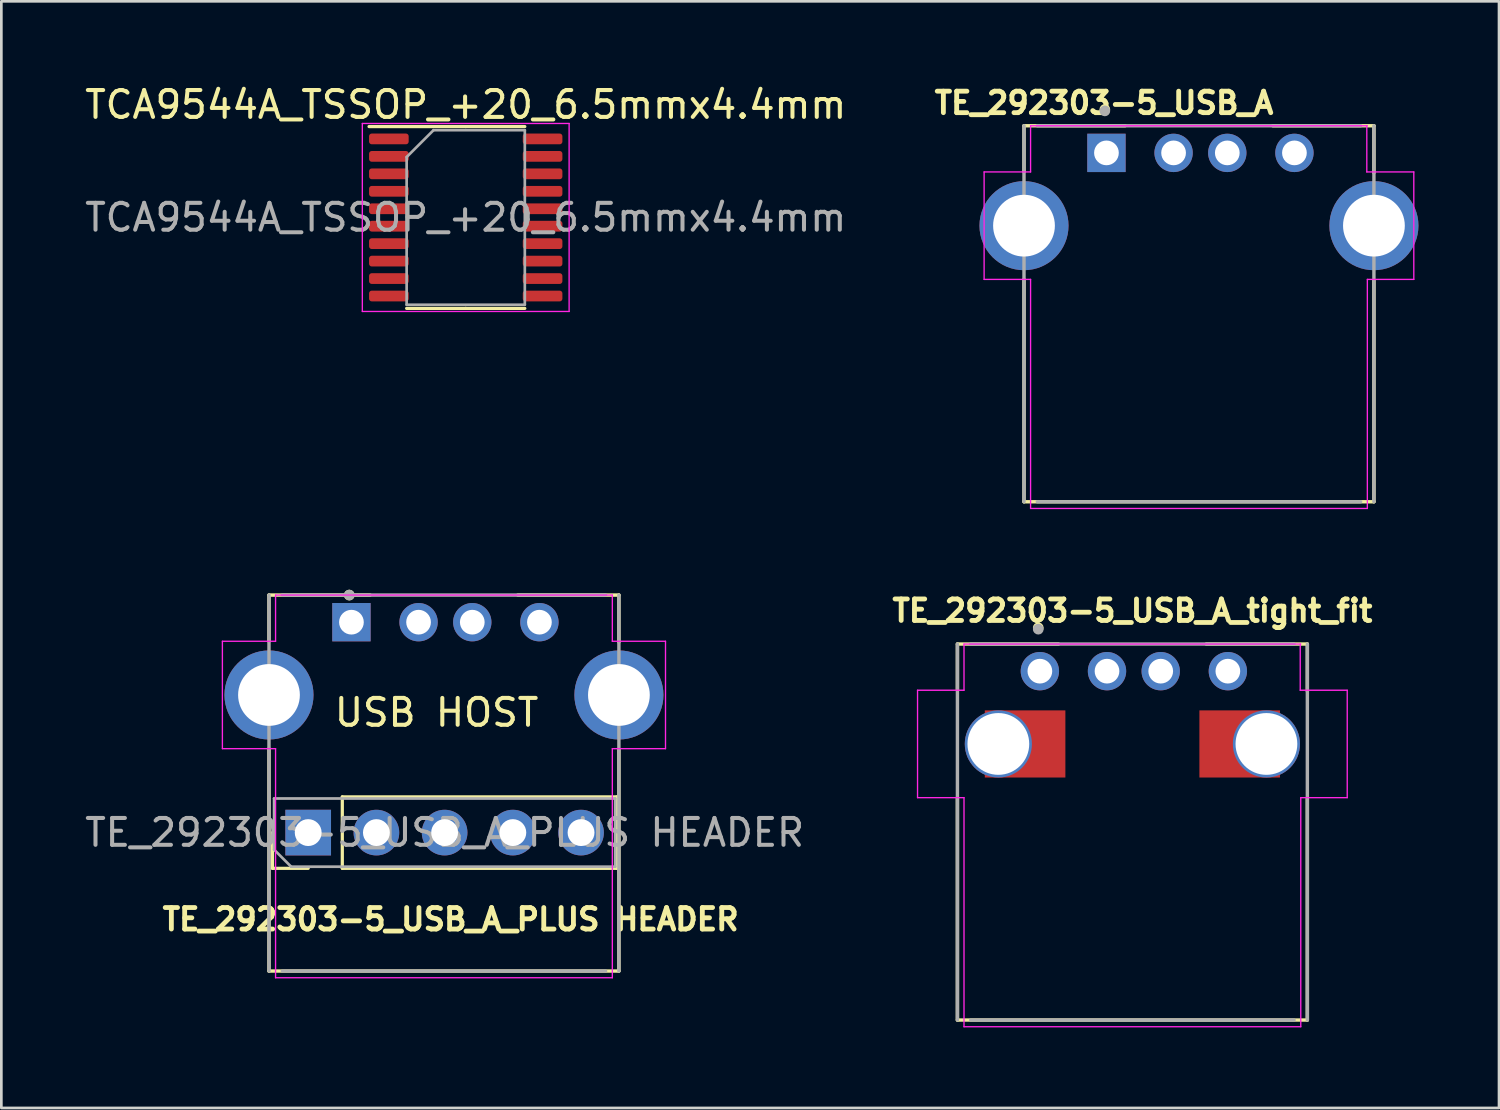
<source format=kicad_pcb>
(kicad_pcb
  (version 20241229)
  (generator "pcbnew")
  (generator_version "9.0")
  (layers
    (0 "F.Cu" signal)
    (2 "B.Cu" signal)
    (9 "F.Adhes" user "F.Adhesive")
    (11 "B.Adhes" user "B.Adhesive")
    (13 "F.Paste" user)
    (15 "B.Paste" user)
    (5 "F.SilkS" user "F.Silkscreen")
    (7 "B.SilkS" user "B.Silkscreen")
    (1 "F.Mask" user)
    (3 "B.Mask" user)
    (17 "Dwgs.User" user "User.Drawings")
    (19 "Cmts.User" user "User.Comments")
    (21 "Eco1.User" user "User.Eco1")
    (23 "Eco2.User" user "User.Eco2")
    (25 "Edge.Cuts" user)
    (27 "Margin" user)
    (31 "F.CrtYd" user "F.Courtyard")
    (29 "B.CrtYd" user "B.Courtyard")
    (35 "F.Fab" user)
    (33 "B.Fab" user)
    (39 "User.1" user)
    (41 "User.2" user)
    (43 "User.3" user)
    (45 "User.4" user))
  (footprint "TE_292303-5_USB_A"
    (layer "F.Cu")
    (at 41.595 15.633)
    (property "Reference" "TE_292303-5_USB_A" (at -3.536 -14.849 0) (layer "F.SilkS") (effects (font (size 0.8 0.8) (thickness 0.18))))
    (attr through_hole)
    (fp_line (start -6.515 -14) (end -2.75 -14) (stroke (width 0.127) (type solid)) (layer "F.SilkS"))
    (fp_line (start -6.515 -12.28) (end -6.515 -14) (stroke (width 0.127) (type solid)) (layer "F.SilkS"))
    (fp_line (start -6.515 -8.28) (end -6.515 0) (stroke (width 0.127) (type solid)) (layer "F.SilkS"))
    (fp_line (start -6.515 0) (end 6.515 0) (stroke (width 0.127) (type solid)) (layer "F.SilkS"))
    (fp_line (start 2.75 -14) (end 6.515 -14) (stroke (width 0.127) (type solid)) (layer "F.SilkS"))
    (fp_line (start 6.515 -14) (end 6.515 -12.25) (stroke (width 0.127) (type solid)) (layer "F.SilkS"))
    (fp_line (start 6.515 0) (end 6.515 -8.24) (stroke (width 0.127) (type solid)) (layer "F.SilkS"))
    (fp_circle (center -3.505 -14.605) (end -3.405 -14.605) (stroke (width 0.2) (type solid)) (fill no) (layer "F.SilkS"))
    (fp_line (start -8 -12.28) (end -6.27 -12.28) (stroke (width 0.05) (type solid)) (layer "F.CrtYd"))
    (fp_line (start -8 -8.28) (end -8 -12.28) (stroke (width 0.05) (type solid)) (layer "F.CrtYd"))
    (fp_line (start -6.27 -14) (end 6.27 -14) (stroke (width 0.05) (type solid)) (layer "F.CrtYd"))
    (fp_line (start -6.27 -12.28) (end -6.27 -14) (stroke (width 0.05) (type solid)) (layer "F.CrtYd"))
    (fp_line (start -6.27 -8.28) (end -8 -8.28) (stroke (width 0.05) (type solid)) (layer "F.CrtYd"))
    (fp_line (start -6.27 0.25) (end -6.27 -8.28) (stroke (width 0.05) (type solid)) (layer "F.CrtYd"))
    (fp_line (start 6.25 -14) (end 6.25 -12.28) (stroke (width 0.05) (type solid)) (layer "F.CrtYd"))
    (fp_line (start 6.25 -12.28) (end 8 -12.28) (stroke (width 0.05) (type solid)) (layer "F.CrtYd"))
    (fp_line (start 6.27 -8.28) (end 6.27 0.25) (stroke (width 0.05) (type solid)) (layer "F.CrtYd"))
    (fp_line (start 6.27 0.25) (end -6.27 0.25) (stroke (width 0.05) (type solid)) (layer "F.CrtYd"))
    (fp_line (start 8 -12.28) (end 8 -8.28) (stroke (width 0.05) (type solid)) (layer "F.CrtYd"))
    (fp_line (start 8 -8.28) (end 6.27 -8.28) (stroke (width 0.05) (type solid)) (layer "F.CrtYd"))
    (fp_line (start -6.515 -14) (end -6.515 0) (stroke (width 0.127) (type solid)) (layer "F.Fab"))
    (fp_line (start -6.02 0) (end 6.02 0) (stroke (width 0.127) (type solid)) (layer "F.Fab"))
    (fp_line (start 6.02 -14) (end -6.02 -14) (stroke (width 0.127) (type solid)) (layer "F.Fab"))
    (fp_line (start 6.515 0) (end 6.515 -14) (stroke (width 0.127) (type solid)) (layer "F.Fab"))
    (fp_circle (center -3.505 -14.554) (end -3.405 -14.554) (stroke (width 0.2) (type solid)) (fill no) (layer "F.Fab"))
    (pad "1" thru_hole rect (at -3.445 -12.99) (size 1.428 1.428) (drill 0.92) (layers "*.Cu" "*.Mask"))
    (pad "2" thru_hole circle (at -0.945 -12.99) (size 1.428 1.428) (drill 0.92) (layers "*.Cu" "*.Mask"))
    (pad "3" thru_hole circle (at 1.055 -12.99) (size 1.428 1.428) (drill 0.92) (layers "*.Cu" "*.Mask"))
    (pad "4" thru_hole circle (at 3.555 -12.99) (size 1.428 1.428) (drill 0.92) (layers "*.Cu" "*.Mask"))
    (pad "SH1" thru_hole circle (at -6.515 -10.28) (size 3.316 3.316) (drill 2.3) (layers "*.Cu" "*.Mask"))
    (pad "SH2" thru_hole circle (at 6.515 -10.28) (size 3.316 3.316) (drill 2.3) (layers "*.Cu" "*.Mask")))
  (footprint "TE_292303-5_USB_A_PLUS HEADER"
    (layer "F.Cu")
    (at 13.481 33.108)
    (property "Reference" "TE_292303-5_USB_A_PLUS HEADER" (at 0.25 -1.925 0) (layer "F.SilkS") (effects (font (size 0.8 0.8) (thickness 0.18))))
    (property "Label" "USB HOST" (at 0 0 0) (layer "F.Fab") (hide yes) (effects (font (size 1.27 1.27) (thickness 0.15))))
    (attr through_hole)
    (fp_line (start -6.515 -14) (end -2.75 -14) (stroke (width 0.127) (type solid)) (layer "F.SilkS"))
    (fp_line (start -6.515 -12.28) (end -6.515 -14) (stroke (width 0.127) (type solid)) (layer "F.SilkS"))
    (fp_line (start -6.515 -8.28) (end -6.515 0) (stroke (width 0.127) (type solid)) (layer "F.SilkS"))
    (fp_line (start -6.515 0) (end 6.515 0) (stroke (width 0.127) (type solid)) (layer "F.SilkS"))
    (fp_line (start -6.385 -3.825) (end -6.385 -5.155) (stroke (width 0.12) (type solid)) (layer "F.SilkS"))
    (fp_line (start -5.055 -3.825) (end -6.385 -3.825) (stroke (width 0.12) (type solid)) (layer "F.SilkS"))
    (fp_line (start -3.785 -6.485) (end 6.435 -6.485) (stroke (width 0.12) (type solid)) (layer "F.SilkS"))
    (fp_line (start -3.785 -3.825) (end -3.785 -6.485) (stroke (width 0.12) (type solid)) (layer "F.SilkS"))
    (fp_line (start -3.785 -3.825) (end 6.435 -3.825) (stroke (width 0.12) (type solid)) (layer "F.SilkS"))
    (fp_line (start 2.75 -14) (end 6.515 -14) (stroke (width 0.127) (type solid)) (layer "F.SilkS"))
    (fp_line (start 6.435 -3.825) (end 6.435 -6.485) (stroke (width 0.12) (type solid)) (layer "F.SilkS"))
    (fp_line (start 6.515 -14) (end 6.515 -12.25) (stroke (width 0.127) (type solid)) (layer "F.SilkS"))
    (fp_line (start 6.515 0) (end 6.515 -8.24) (stroke (width 0.127) (type solid)) (layer "F.SilkS"))
    (fp_circle (center -3.525 -14) (end -3.425 -14) (stroke (width 0.2) (type solid)) (fill no) (layer "F.SilkS"))
    (fp_line (start -8.25 -12.28) (end -6.27 -12.28) (stroke (width 0.05) (type solid)) (layer "F.CrtYd"))
    (fp_line (start -8.25 -8.28) (end -8.25 -12.28) (stroke (width 0.05) (type solid)) (layer "F.CrtYd"))
    (fp_line (start -6.27 -14) (end 6.27 -14) (stroke (width 0.05) (type solid)) (layer "F.CrtYd"))
    (fp_line (start -6.27 -12.28) (end -6.27 -14) (stroke (width 0.05) (type solid)) (layer "F.CrtYd"))
    (fp_line (start -6.27 -8.28) (end -8.25 -8.28) (stroke (width 0.05) (type solid)) (layer "F.CrtYd"))
    (fp_line (start -6.27 0.25) (end -6.27 -8.28) (stroke (width 0.05) (type solid)) (layer "F.CrtYd"))
    (fp_line (start 6.27 -14) (end 6.27 -12.28) (stroke (width 0.05) (type solid)) (layer "F.CrtYd"))
    (fp_line (start 6.27 -12.28) (end 8.25 -12.28) (stroke (width 0.05) (type solid)) (layer "F.CrtYd"))
    (fp_line (start 6.27 -8.28) (end 6.27 0.25) (stroke (width 0.05) (type solid)) (layer "F.CrtYd"))
    (fp_line (start 6.27 0.25) (end -6.27 0.25) (stroke (width 0.05) (type solid)) (layer "F.CrtYd"))
    (fp_line (start 8.25 -12.28) (end 8.25 -8.28) (stroke (width 0.05) (type solid)) (layer "F.CrtYd"))
    (fp_line (start 8.25 -8.28) (end 6.27 -8.28) (stroke (width 0.05) (type solid)) (layer "F.CrtYd"))
    (fp_line (start -6.515 -14) (end -6.515 0) (stroke (width 0.127) (type solid)) (layer "F.Fab"))
    (fp_line (start -6.325 -6.425) (end 6.375 -6.425) (stroke (width 0.1) (type solid)) (layer "F.Fab"))
    (fp_line (start -6.325 -4.52) (end -6.325 -6.425) (stroke (width 0.1) (type solid)) (layer "F.Fab"))
    (fp_line (start -6.02 0) (end 6.02 0) (stroke (width 0.127) (type solid)) (layer "F.Fab"))
    (fp_line (start -5.69 -3.885) (end -6.325 -4.52) (stroke (width 0.1) (type solid)) (layer "F.Fab"))
    (fp_line (start 6.02 -14) (end -6.02 -14) (stroke (width 0.127) (type solid)) (layer "F.Fab"))
    (fp_line (start 6.375 -6.425) (end 6.375 -3.885) (stroke (width 0.1) (type solid)) (layer "F.Fab"))
    (fp_line (start 6.375 -3.885) (end -5.69 -3.885) (stroke (width 0.1) (type solid)) (layer "F.Fab"))
    (fp_line (start 6.515 0) (end 6.515 -14) (stroke (width 0.127) (type solid)) (layer "F.Fab"))
    (fp_circle (center -3.525 -14) (end -3.425 -14) (stroke (width 0.2) (type solid)) (fill no) (layer "F.Fab"))
    (fp_text user "${Label}" (at -0.275 -9.625 0) (layer "F.SilkS") (effects (font (size 1 1) (thickness 0.15))))
    (fp_text user "${REFERENCE}" (at 0.025 -5.155 180) (layer "F.Fab") (effects (font (size 1 1) (thickness 0.15))))
    (pad "1" thru_hole rect (at -5.055 -5.155 90) (size 1.7 1.7) (drill 1) (layers "*.Cu" "*.Mask"))
    (pad "1" thru_hole rect (at -3.445 -12.99) (size 1.428 1.428) (drill 0.92) (layers "*.Cu" "*.Mask"))
    (pad "2" thru_hole oval (at -2.515 -5.155 90) (size 1.7 1.7) (drill 1) (layers "*.Cu" "*.Mask"))
    (pad "2" thru_hole circle (at -0.945 -12.99) (size 1.428 1.428) (drill 0.92) (layers "*.Cu" "*.Mask"))
    (pad "3" thru_hole oval (at 0.025 -5.155 90) (size 1.7 1.7) (drill 1) (layers "*.Cu" "*.Mask"))
    (pad "3" thru_hole circle (at 1.055 -12.99) (size 1.428 1.428) (drill 0.92) (layers "*.Cu" "*.Mask"))
    (pad "4" thru_hole oval (at 2.565 -5.155 90) (size 1.7 1.7) (drill 1) (layers "*.Cu" "*.Mask"))
    (pad "4" thru_hole circle (at 3.555 -12.99) (size 1.428 1.428) (drill 0.92) (layers "*.Cu" "*.Mask"))
    (pad "5" thru_hole circle (at -6.515 -10.28) (size 3.316 3.316) (drill 2.3) (layers "*.Cu" "*.Mask"))
    (pad "5" thru_hole oval (at 5.105 -5.155 90) (size 1.7 1.7) (drill 1) (layers "*.Cu" "*.Mask"))
    (pad "5" thru_hole circle (at 6.515 -10.28) (size 3.316 3.316) (drill 2.3) (layers "*.Cu" "*.Mask")))
  (footprint "TCA9544A_TSSOP_+20_6.5mmx4.4mm"
    (layer "F.Cu")
    (at 14.292 5.048)
    (property "Reference" "TCA9544A_TSSOP_+20_6.5mmx4.4mm" (at 0 -4.2 0) (layer "F.SilkS") (effects (font (size 1 1) (thickness 0.15))))
    (attr smd)
    (fp_line (start 0 -3.385) (end -3.6 -3.385) (stroke (width 0.12) (type solid)) (layer "F.SilkS"))
    (fp_line (start 0 -3.385) (end 2.2 -3.385) (stroke (width 0.12) (type solid)) (layer "F.SilkS"))
    (fp_line (start 0 3.385) (end -2.2 3.385) (stroke (width 0.12) (type solid)) (layer "F.SilkS"))
    (fp_line (start 0 3.385) (end 2.2 3.385) (stroke (width 0.12) (type solid)) (layer "F.SilkS"))
    (fp_line (start -3.85 -3.5) (end -3.85 3.5) (stroke (width 0.05) (type solid)) (layer "F.CrtYd"))
    (fp_line (start -3.85 3.5) (end 3.85 3.5) (stroke (width 0.05) (type solid)) (layer "F.CrtYd"))
    (fp_line (start 3.85 -3.5) (end -3.85 -3.5) (stroke (width 0.05) (type solid)) (layer "F.CrtYd"))
    (fp_line (start 3.85 3.5) (end 3.85 -3.5) (stroke (width 0.05) (type solid)) (layer "F.CrtYd"))
    (fp_line (start -2.2 -2.25) (end -1.2 -3.25) (stroke (width 0.1) (type solid)) (layer "F.Fab"))
    (fp_line (start -2.2 3.25) (end -2.2 -2.25) (stroke (width 0.1) (type solid)) (layer "F.Fab"))
    (fp_line (start -1.2 -3.25) (end 2.2 -3.25) (stroke (width 0.1) (type solid)) (layer "F.Fab"))
    (fp_line (start 2.2 -3.25) (end 2.2 3.25) (stroke (width 0.1) (type solid)) (layer "F.Fab"))
    (fp_line (start 2.2 3.25) (end -2.2 3.25) (stroke (width 0.1) (type solid)) (layer "F.Fab"))
    (fp_text user "${REFERENCE}" (at 0 0 0) (layer "F.Fab") (effects (font (size 1 1) (thickness 0.15))))
    (pad "1" smd roundrect (at -2.862 -2.925) (size 1.475 0.4) (layers "F.Cu" "F.Mask" "F.Paste") (roundrect_rratio 0.25))
    (pad "2" smd roundrect (at -2.862 -2.275) (size 1.475 0.4) (layers "F.Cu" "F.Mask" "F.Paste") (roundrect_rratio 0.25))
    (pad "3" smd roundrect (at -2.862 -1.625) (size 1.475 0.4) (layers "F.Cu" "F.Mask" "F.Paste") (roundrect_rratio 0.25))
    (pad "4" smd roundrect (at -2.862 -0.975) (size 1.475 0.4) (layers "F.Cu" "F.Mask" "F.Paste") (roundrect_rratio 0.25))
    (pad "5" smd roundrect (at -2.862 -0.325) (size 1.475 0.4) (layers "F.Cu" "F.Mask" "F.Paste") (roundrect_rratio 0.25))
    (pad "6" smd roundrect (at -2.862 0.325) (size 1.475 0.4) (layers "F.Cu" "F.Mask" "F.Paste") (roundrect_rratio 0.25))
    (pad "7" smd roundrect (at -2.862 0.975) (size 1.475 0.4) (layers "F.Cu" "F.Mask" "F.Paste") (roundrect_rratio 0.25))
    (pad "8" smd roundrect (at -2.862 1.625) (size 1.475 0.4) (layers "F.Cu" "F.Mask" "F.Paste") (roundrect_rratio 0.25))
    (pad "9" smd roundrect (at -2.862 2.275) (size 1.475 0.4) (layers "F.Cu" "F.Mask" "F.Paste") (roundrect_rratio 0.25))
    (pad "10" smd roundrect (at -2.862 2.925) (size 1.475 0.4) (layers "F.Cu" "F.Mask" "F.Paste") (roundrect_rratio 0.25))
    (pad "11" smd roundrect (at 2.862 2.925) (size 1.475 0.4) (layers "F.Cu" "F.Mask" "F.Paste") (roundrect_rratio 0.25))
    (pad "12" smd roundrect (at 2.862 2.275) (size 1.475 0.4) (layers "F.Cu" "F.Mask" "F.Paste") (roundrect_rratio 0.25))
    (pad "13" smd roundrect (at 2.862 1.625) (size 1.475 0.4) (layers "F.Cu" "F.Mask" "F.Paste") (roundrect_rratio 0.25))
    (pad "14" smd roundrect (at 2.862 0.975) (size 1.475 0.4) (layers "F.Cu" "F.Mask" "F.Paste") (roundrect_rratio 0.25))
    (pad "15" smd roundrect (at 2.862 0.325) (size 1.475 0.4) (layers "F.Cu" "F.Mask" "F.Paste") (roundrect_rratio 0.25))
    (pad "16" smd roundrect (at 2.862 -0.325) (size 1.475 0.4) (layers "F.Cu" "F.Mask" "F.Paste") (roundrect_rratio 0.25))
    (pad "17" smd roundrect (at 2.862 -0.975) (size 1.475 0.4) (layers "F.Cu" "F.Mask" "F.Paste") (roundrect_rratio 0.25))
    (pad "18" smd roundrect (at 2.862 -1.625) (size 1.475 0.4) (layers "F.Cu" "F.Mask" "F.Paste") (roundrect_rratio 0.25))
    (pad "19" smd roundrect (at 2.862 -2.275) (size 1.475 0.4) (layers "F.Cu" "F.Mask" "F.Paste") (roundrect_rratio 0.25))
    (pad "20" smd roundrect (at 2.862 -2.925) (size 1.475 0.4) (layers "F.Cu" "F.Mask" "F.Paste") (roundrect_rratio 0.25)))
  (footprint "TE_292303-5_USB_A_tight_fit"
    (layer "F.Cu")
    (at 39.116 34.932)
    (property "Reference" "TE_292303-5_USB_A_tight_fit" (at 0 -15.24 0) (layer "F.SilkS") (effects (font (size 0.8 0.8) (thickness 0.18))))
    (attr through_hole)
    (fp_line (start -6.515 -14) (end -2.75 -14) (stroke (width 0.127) (type solid)) (layer "F.SilkS"))
    (fp_line (start -6.515 -12.28) (end -6.515 -14) (stroke (width 0.127) (type solid)) (layer "F.SilkS"))
    (fp_line (start -6.515 -8.28) (end -6.515 0) (stroke (width 0.127) (type solid)) (layer "F.SilkS"))
    (fp_line (start -6.515 0) (end 6.515 0) (stroke (width 0.127) (type solid)) (layer "F.SilkS"))
    (fp_line (start 2.75 -14) (end 6.515 -14) (stroke (width 0.127) (type solid)) (layer "F.SilkS"))
    (fp_line (start 6.515 -14) (end 6.515 -12.25) (stroke (width 0.127) (type solid)) (layer "F.SilkS"))
    (fp_line (start 6.515 0) (end 6.515 -8.24) (stroke (width 0.127) (type solid)) (layer "F.SilkS"))
    (fp_circle (center -3.505 -14.605) (end -3.405 -14.605) (stroke (width 0.2) (type solid)) (fill no) (layer "F.SilkS"))
    (fp_line (start -8 -12.28) (end -6.27 -12.28) (stroke (width 0.05) (type solid)) (layer "F.CrtYd"))
    (fp_line (start -8 -8.28) (end -8 -12.28) (stroke (width 0.05) (type solid)) (layer "F.CrtYd"))
    (fp_line (start -6.27 -14) (end 6.27 -14) (stroke (width 0.05) (type solid)) (layer "F.CrtYd"))
    (fp_line (start -6.27 -12.28) (end -6.27 -14) (stroke (width 0.05) (type solid)) (layer "F.CrtYd"))
    (fp_line (start -6.27 -8.28) (end -8 -8.28) (stroke (width 0.05) (type solid)) (layer "F.CrtYd"))
    (fp_line (start -6.27 0.25) (end -6.27 -8.28) (stroke (width 0.05) (type solid)) (layer "F.CrtYd"))
    (fp_line (start 6.25 -14) (end 6.25 -12.28) (stroke (width 0.05) (type solid)) (layer "F.CrtYd"))
    (fp_line (start 6.25 -12.28) (end 8 -12.28) (stroke (width 0.05) (type solid)) (layer "F.CrtYd"))
    (fp_line (start 6.27 -8.28) (end 6.27 0.25) (stroke (width 0.05) (type solid)) (layer "F.CrtYd"))
    (fp_line (start 6.27 0.25) (end -6.27 0.25) (stroke (width 0.05) (type solid)) (layer "F.CrtYd"))
    (fp_line (start 8 -12.28) (end 8 -8.28) (stroke (width 0.05) (type solid)) (layer "F.CrtYd"))
    (fp_line (start 8 -8.28) (end 6.27 -8.28) (stroke (width 0.05) (type solid)) (layer "F.CrtYd"))
    (fp_line (start -6.515 -14) (end -6.515 0) (stroke (width 0.127) (type solid)) (layer "F.Fab"))
    (fp_line (start -6.02 0) (end 6.02 0) (stroke (width 0.127) (type solid)) (layer "F.Fab"))
    (fp_line (start 6.02 -14) (end -6.02 -14) (stroke (width 0.127) (type solid)) (layer "F.Fab"))
    (fp_line (start 6.515 0) (end 6.515 -14) (stroke (width 0.127) (type solid)) (layer "F.Fab"))
    (fp_circle (center -3.505 -14.554) (end -3.405 -14.554) (stroke (width 0.2) (type solid)) (fill no) (layer "F.Fab"))
    (pad "1" thru_hole oval (at -3.445 -12.99) (size 1.428 1.428) (drill 0.92) (layers "*.Cu" "*.Mask"))
    (pad "2" thru_hole circle (at -0.945 -12.99) (size 1.428 1.428) (drill 0.92) (layers "*.Cu" "*.Mask"))
    (pad "3" thru_hole circle (at 1.055 -12.99) (size 1.428 1.428) (drill 0.92) (layers "*.Cu" "*.Mask"))
    (pad "4" thru_hole circle (at 3.555 -12.99) (size 1.428 1.428) (drill 0.92) (layers "*.Cu" "*.Mask"))
    (pad "SH1" thru_hole circle (at -4.991 -10.28) (size 2.5 2.5) (drill 2.3) (layers "*.Cu" "*.Mask"))
    (pad "SH1" smd rect (at -3.995 -10.28 180) (size 3 2.5) (layers "F.Cu" "F.Mask" "F.Paste"))
    (pad "SH2" smd rect (at 3.995 -10.28 180) (size 3 2.5) (layers "F.Cu" "F.Mask" "F.Paste"))
    (pad "SH2" thru_hole circle (at 4.991 -10.28) (size 2.5 2.5) (drill 2.3) (layers "*.Cu" "*.Mask")))
  (gr_rect
    (start -3 -3)
    (end 52.768 38.207)
    (stroke (width 0.1) (type default))
    (fill no)
    (layer "Edge.Cuts")))
</source>
